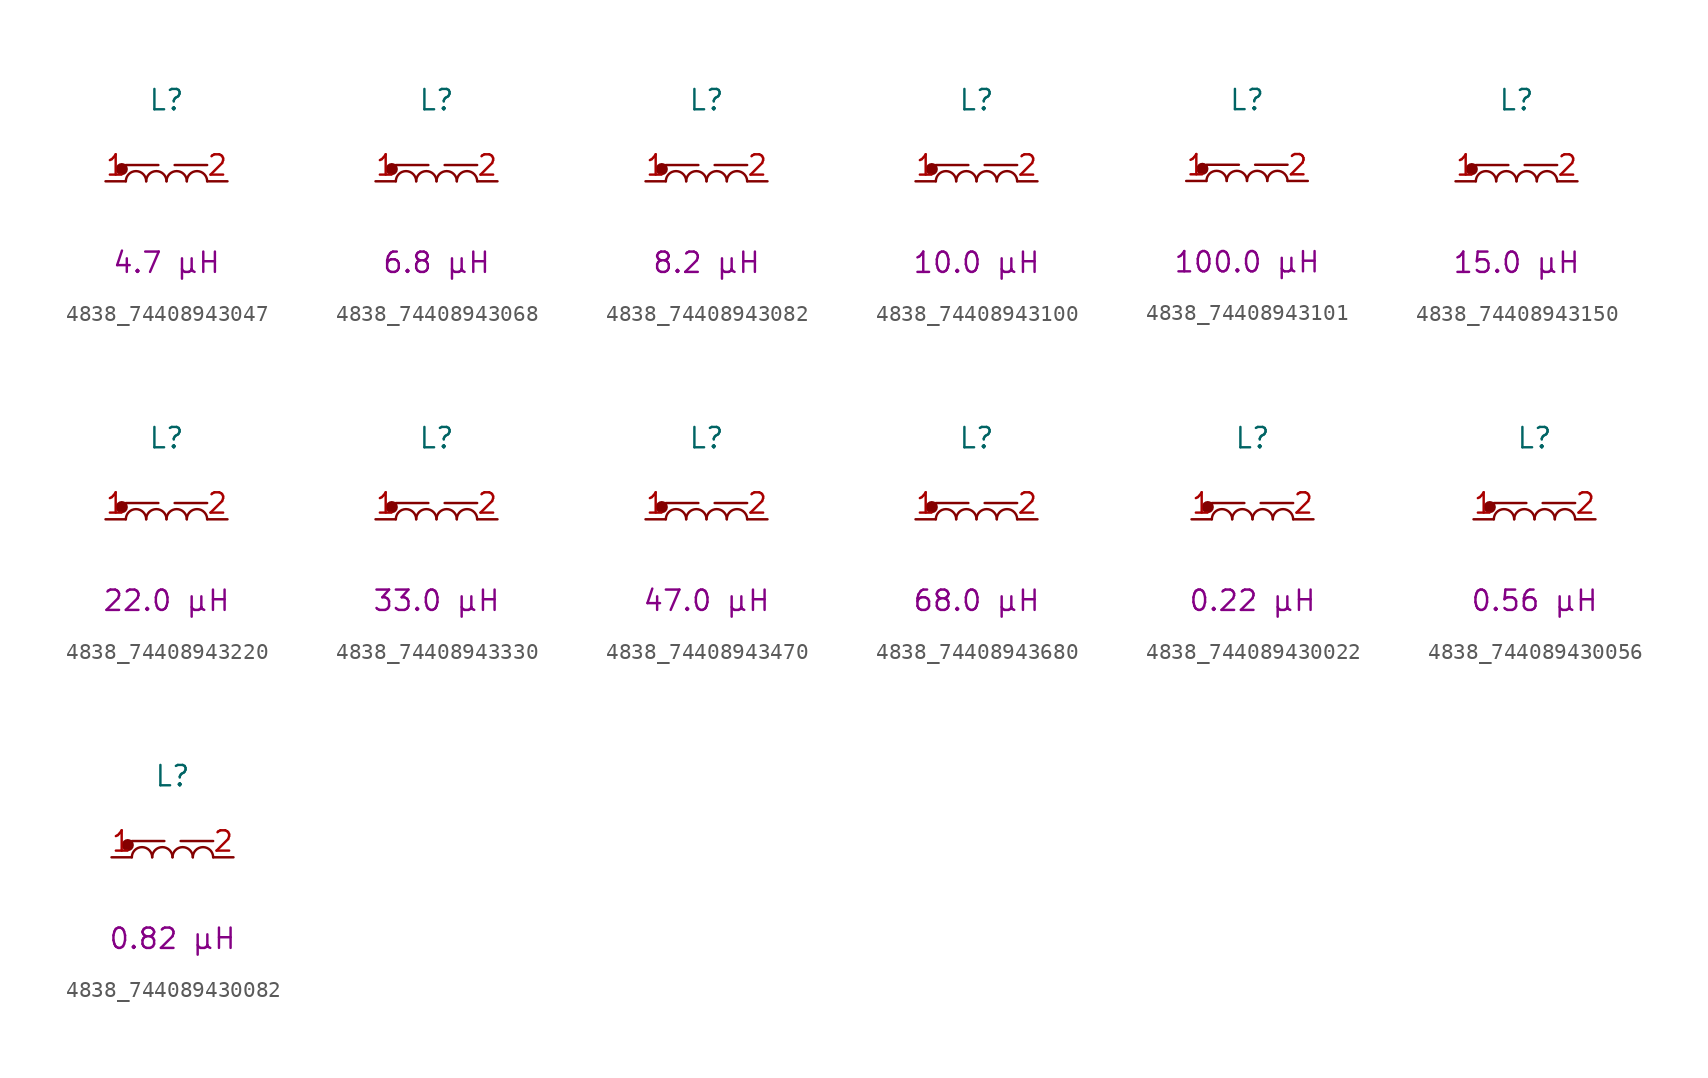
<source format=kicad_sym>
(kicad_symbol_lib
  (version 20220914)
  (generator kicad_symbol_editor)
  (symbol "4838_74408943047"
    (pin_names hide)
    (property "Reference" "L"
      (at 0 5.08 0)
      (effects (font (size 1.27 1.27))))
    (property "Critical Parameter" "4.7 µH"
      (at 0 -5.08 0)
      (effects (font (size 1.27 1.27))))
    (symbol "4838_74408943047_0_1"
      (arc (start -1.27 0) (mid -1.905 0.6323) (end -2.54 0) (stroke (width 0) (type default)) (fill (type none)))
      (arc (start 0 0) (mid -0.635 0.6323) (end -1.27 0) (stroke (width 0) (type default)) (fill (type none)))
      (polyline (pts (xy -2.54 1.016) (xy -0.508 1.016)) (stroke (width 0) (type default)) (fill (type none)))
      (arc (start 1.27 0) (mid 0.635 0.6323) (end 0 0) (stroke (width 0) (type default)) (fill (type none)))
      (arc (start 2.54 0) (mid 1.905 0.6323) (end 1.27 0) (stroke (width 0) (type default)) (fill (type none))))
    (symbol "4838_74408943047_1_1"
      (circle (center -2.794 0.762) (radius 0.0001) (stroke (width 0.381) (type default)) (fill (type none)))
      (polyline (pts (xy 2.54 1.016) (xy 0.508 1.016)) (stroke (width 0) (type default)) (fill (type none)))
      (pin passive line (at -3.81 0 0) (length 1.27) (name "1" (effects (font (size 1.27 1.27)))) (number "1" (effects (font (size 1.27 1.27)))))
      (pin passive line (at 3.81 0 180) (length 1.27) (name "2" (effects (font (size 1.27 1.27)))) (number "2" (effects (font (size 1.27 1.27)))))))
  (symbol "4838_74408943068"
    (pin_names hide)
    (property "Reference" "L"
      (at 0 5.08 0)
      (effects (font (size 1.27 1.27))))
    (property "Critical Parameter" "6.8 µH"
      (at 0 -5.08 0)
      (effects (font (size 1.27 1.27))))
    (symbol "4838_74408943068_0_1"
      (arc (start -1.27 0) (mid -1.905 0.6323) (end -2.54 0) (stroke (width 0) (type default)) (fill (type none)))
      (arc (start 0 0) (mid -0.635 0.6323) (end -1.27 0) (stroke (width 0) (type default)) (fill (type none)))
      (polyline (pts (xy -2.54 1.016) (xy -0.508 1.016)) (stroke (width 0) (type default)) (fill (type none)))
      (arc (start 1.27 0) (mid 0.635 0.6323) (end 0 0) (stroke (width 0) (type default)) (fill (type none)))
      (arc (start 2.54 0) (mid 1.905 0.6323) (end 1.27 0) (stroke (width 0) (type default)) (fill (type none))))
    (symbol "4838_74408943068_1_1"
      (circle (center -2.794 0.762) (radius 0.0001) (stroke (width 0.381) (type default)) (fill (type none)))
      (polyline (pts (xy 2.54 1.016) (xy 0.508 1.016)) (stroke (width 0) (type default)) (fill (type none)))
      (pin passive line (at -3.81 0 0) (length 1.27) (name "1" (effects (font (size 1.27 1.27)))) (number "1" (effects (font (size 1.27 1.27)))))
      (pin passive line (at 3.81 0 180) (length 1.27) (name "2" (effects (font (size 1.27 1.27)))) (number "2" (effects (font (size 1.27 1.27)))))))
  (symbol "4838_74408943082"
    (pin_names hide)
    (property "Reference" "L"
      (at 0 5.08 0)
      (effects (font (size 1.27 1.27))))
    (property "Critical Parameter" "8.2 µH"
      (at 0 -5.08 0)
      (effects (font (size 1.27 1.27))))
    (symbol "4838_74408943082_0_1"
      (arc (start -1.27 0) (mid -1.905 0.6323) (end -2.54 0) (stroke (width 0) (type default)) (fill (type none)))
      (arc (start 0 0) (mid -0.635 0.6323) (end -1.27 0) (stroke (width 0) (type default)) (fill (type none)))
      (polyline (pts (xy -2.54 1.016) (xy -0.508 1.016)) (stroke (width 0) (type default)) (fill (type none)))
      (arc (start 1.27 0) (mid 0.635 0.6323) (end 0 0) (stroke (width 0) (type default)) (fill (type none)))
      (arc (start 2.54 0) (mid 1.905 0.6323) (end 1.27 0) (stroke (width 0) (type default)) (fill (type none))))
    (symbol "4838_74408943082_1_1"
      (circle (center -2.794 0.762) (radius 0.0001) (stroke (width 0.381) (type default)) (fill (type none)))
      (polyline (pts (xy 2.54 1.016) (xy 0.508 1.016)) (stroke (width 0) (type default)) (fill (type none)))
      (pin passive line (at -3.81 0 0) (length 1.27) (name "1" (effects (font (size 1.27 1.27)))) (number "1" (effects (font (size 1.27 1.27)))))
      (pin passive line (at 3.81 0 180) (length 1.27) (name "2" (effects (font (size 1.27 1.27)))) (number "2" (effects (font (size 1.27 1.27)))))))
  (symbol "4838_74408943100"
    (pin_names hide)
    (property "Reference" "L"
      (at 0 5.08 0)
      (effects (font (size 1.27 1.27))))
    (property "Critical Parameter" "10.0 µH"
      (at 0 -5.08 0)
      (effects (font (size 1.27 1.27))))
    (symbol "4838_74408943100_0_1"
      (arc (start -1.27 0) (mid -1.905 0.6323) (end -2.54 0) (stroke (width 0) (type default)) (fill (type none)))
      (arc (start 0 0) (mid -0.635 0.6323) (end -1.27 0) (stroke (width 0) (type default)) (fill (type none)))
      (polyline (pts (xy -2.54 1.016) (xy -0.508 1.016)) (stroke (width 0) (type default)) (fill (type none)))
      (arc (start 1.27 0) (mid 0.635 0.6323) (end 0 0) (stroke (width 0) (type default)) (fill (type none)))
      (arc (start 2.54 0) (mid 1.905 0.6323) (end 1.27 0) (stroke (width 0) (type default)) (fill (type none))))
    (symbol "4838_74408943100_1_1"
      (circle (center -2.794 0.762) (radius 0.0001) (stroke (width 0.381) (type default)) (fill (type none)))
      (polyline (pts (xy 2.54 1.016) (xy 0.508 1.016)) (stroke (width 0) (type default)) (fill (type none)))
      (pin passive line (at -3.81 0 0) (length 1.27) (name "1" (effects (font (size 1.27 1.27)))) (number "1" (effects (font (size 1.27 1.27)))))
      (pin passive line (at 3.81 0 180) (length 1.27) (name "2" (effects (font (size 1.27 1.27)))) (number "2" (effects (font (size 1.27 1.27)))))))
  (symbol "4838_74408943101"
    (pin_names hide)
    (property "Reference" "L"
      (at 0 5.08 0)
      (effects (font (size 1.27 1.27))))
    (property "Critical Parameter" "100.0 µH"
      (at 0 -5.08 0)
      (effects (font (size 1.27 1.27))))
    (symbol "4838_74408943101_0_1"
      (arc (start -1.27 0) (mid -1.905 0.6323) (end -2.54 0) (stroke (width 0) (type default)) (fill (type none)))
      (arc (start 0 0) (mid -0.635 0.6323) (end -1.27 0) (stroke (width 0) (type default)) (fill (type none)))
      (polyline (pts (xy -2.54 1.016) (xy -0.508 1.016)) (stroke (width 0) (type default)) (fill (type none)))
      (arc (start 1.27 0) (mid 0.635 0.6323) (end 0 0) (stroke (width 0) (type default)) (fill (type none)))
      (arc (start 2.54 0) (mid 1.905 0.6323) (end 1.27 0) (stroke (width 0) (type default)) (fill (type none))))
    (symbol "4838_74408943101_1_1"
      (circle (center -2.794 0.762) (radius 0.0001) (stroke (width 0.381) (type default)) (fill (type none)))
      (polyline (pts (xy 2.54 1.016) (xy 0.508 1.016)) (stroke (width 0) (type default)) (fill (type none)))
      (pin passive line (at -3.81 0 0) (length 1.27) (name "1" (effects (font (size 1.27 1.27)))) (number "1" (effects (font (size 1.27 1.27)))))
      (pin passive line (at 3.81 0 180) (length 1.27) (name "2" (effects (font (size 1.27 1.27)))) (number "2" (effects (font (size 1.27 1.27)))))))
  (symbol "4838_74408943150"
    (pin_names hide)
    (property "Reference" "L"
      (at 0 5.08 0)
      (effects (font (size 1.27 1.27))))
    (property "Critical Parameter" "15.0 µH"
      (at 0 -5.08 0)
      (effects (font (size 1.27 1.27))))
    (symbol "4838_74408943150_0_1"
      (arc (start -1.27 0) (mid -1.905 0.6323) (end -2.54 0) (stroke (width 0) (type default)) (fill (type none)))
      (arc (start 0 0) (mid -0.635 0.6323) (end -1.27 0) (stroke (width 0) (type default)) (fill (type none)))
      (polyline (pts (xy -2.54 1.016) (xy -0.508 1.016)) (stroke (width 0) (type default)) (fill (type none)))
      (arc (start 1.27 0) (mid 0.635 0.6323) (end 0 0) (stroke (width 0) (type default)) (fill (type none)))
      (arc (start 2.54 0) (mid 1.905 0.6323) (end 1.27 0) (stroke (width 0) (type default)) (fill (type none))))
    (symbol "4838_74408943150_1_1"
      (circle (center -2.794 0.762) (radius 0.0001) (stroke (width 0.381) (type default)) (fill (type none)))
      (polyline (pts (xy 2.54 1.016) (xy 0.508 1.016)) (stroke (width 0) (type default)) (fill (type none)))
      (pin passive line (at -3.81 0 0) (length 1.27) (name "1" (effects (font (size 1.27 1.27)))) (number "1" (effects (font (size 1.27 1.27)))))
      (pin passive line (at 3.81 0 180) (length 1.27) (name "2" (effects (font (size 1.27 1.27)))) (number "2" (effects (font (size 1.27 1.27)))))))
  (symbol "4838_74408943220"
    (pin_names hide)
    (property "Reference" "L"
      (at 0 5.08 0)
      (effects (font (size 1.27 1.27))))
    (property "Critical Parameter" "22.0 µH"
      (at 0 -5.08 0)
      (effects (font (size 1.27 1.27))))
    (symbol "4838_74408943220_0_1"
      (arc (start -1.27 0) (mid -1.905 0.6323) (end -2.54 0) (stroke (width 0) (type default)) (fill (type none)))
      (arc (start 0 0) (mid -0.635 0.6323) (end -1.27 0) (stroke (width 0) (type default)) (fill (type none)))
      (polyline (pts (xy -2.54 1.016) (xy -0.508 1.016)) (stroke (width 0) (type default)) (fill (type none)))
      (arc (start 1.27 0) (mid 0.635 0.6323) (end 0 0) (stroke (width 0) (type default)) (fill (type none)))
      (arc (start 2.54 0) (mid 1.905 0.6323) (end 1.27 0) (stroke (width 0) (type default)) (fill (type none))))
    (symbol "4838_74408943220_1_1"
      (circle (center -2.794 0.762) (radius 0.0001) (stroke (width 0.381) (type default)) (fill (type none)))
      (polyline (pts (xy 2.54 1.016) (xy 0.508 1.016)) (stroke (width 0) (type default)) (fill (type none)))
      (pin passive line (at -3.81 0 0) (length 1.27) (name "1" (effects (font (size 1.27 1.27)))) (number "1" (effects (font (size 1.27 1.27)))))
      (pin passive line (at 3.81 0 180) (length 1.27) (name "2" (effects (font (size 1.27 1.27)))) (number "2" (effects (font (size 1.27 1.27)))))))
  (symbol "4838_74408943330"
    (pin_names hide)
    (property "Reference" "L"
      (at 0 5.08 0)
      (effects (font (size 1.27 1.27))))
    (property "Critical Parameter" "33.0 µH"
      (at 0 -5.08 0)
      (effects (font (size 1.27 1.27))))
    (symbol "4838_74408943330_0_1"
      (arc (start -1.27 0) (mid -1.905 0.6323) (end -2.54 0) (stroke (width 0) (type default)) (fill (type none)))
      (arc (start 0 0) (mid -0.635 0.6323) (end -1.27 0) (stroke (width 0) (type default)) (fill (type none)))
      (polyline (pts (xy -2.54 1.016) (xy -0.508 1.016)) (stroke (width 0) (type default)) (fill (type none)))
      (arc (start 1.27 0) (mid 0.635 0.6323) (end 0 0) (stroke (width 0) (type default)) (fill (type none)))
      (arc (start 2.54 0) (mid 1.905 0.6323) (end 1.27 0) (stroke (width 0) (type default)) (fill (type none))))
    (symbol "4838_74408943330_1_1"
      (circle (center -2.794 0.762) (radius 0.0001) (stroke (width 0.381) (type default)) (fill (type none)))
      (polyline (pts (xy 2.54 1.016) (xy 0.508 1.016)) (stroke (width 0) (type default)) (fill (type none)))
      (pin passive line (at -3.81 0 0) (length 1.27) (name "1" (effects (font (size 1.27 1.27)))) (number "1" (effects (font (size 1.27 1.27)))))
      (pin passive line (at 3.81 0 180) (length 1.27) (name "2" (effects (font (size 1.27 1.27)))) (number "2" (effects (font (size 1.27 1.27)))))))
  (symbol "4838_74408943470"
    (pin_names hide)
    (property "Reference" "L"
      (at 0 5.08 0)
      (effects (font (size 1.27 1.27))))
    (property "Critical Parameter" "47.0 µH"
      (at 0 -5.08 0)
      (effects (font (size 1.27 1.27))))
    (symbol "4838_74408943470_0_1"
      (arc (start -1.27 0) (mid -1.905 0.6323) (end -2.54 0) (stroke (width 0) (type default)) (fill (type none)))
      (arc (start 0 0) (mid -0.635 0.6323) (end -1.27 0) (stroke (width 0) (type default)) (fill (type none)))
      (polyline (pts (xy -2.54 1.016) (xy -0.508 1.016)) (stroke (width 0) (type default)) (fill (type none)))
      (arc (start 1.27 0) (mid 0.635 0.6323) (end 0 0) (stroke (width 0) (type default)) (fill (type none)))
      (arc (start 2.54 0) (mid 1.905 0.6323) (end 1.27 0) (stroke (width 0) (type default)) (fill (type none))))
    (symbol "4838_74408943470_1_1"
      (circle (center -2.794 0.762) (radius 0.0001) (stroke (width 0.381) (type default)) (fill (type none)))
      (polyline (pts (xy 2.54 1.016) (xy 0.508 1.016)) (stroke (width 0) (type default)) (fill (type none)))
      (pin passive line (at -3.81 0 0) (length 1.27) (name "1" (effects (font (size 1.27 1.27)))) (number "1" (effects (font (size 1.27 1.27)))))
      (pin passive line (at 3.81 0 180) (length 1.27) (name "2" (effects (font (size 1.27 1.27)))) (number "2" (effects (font (size 1.27 1.27)))))))
  (symbol "4838_74408943680"
    (pin_names hide)
    (property "Reference" "L"
      (at 0 5.08 0)
      (effects (font (size 1.27 1.27))))
    (property "Critical Parameter" "68.0 µH"
      (at 0 -5.08 0)
      (effects (font (size 1.27 1.27))))
    (symbol "4838_74408943680_0_1"
      (arc (start -1.27 0) (mid -1.905 0.6323) (end -2.54 0) (stroke (width 0) (type default)) (fill (type none)))
      (arc (start 0 0) (mid -0.635 0.6323) (end -1.27 0) (stroke (width 0) (type default)) (fill (type none)))
      (polyline (pts (xy -2.54 1.016) (xy -0.508 1.016)) (stroke (width 0) (type default)) (fill (type none)))
      (arc (start 1.27 0) (mid 0.635 0.6323) (end 0 0) (stroke (width 0) (type default)) (fill (type none)))
      (arc (start 2.54 0) (mid 1.905 0.6323) (end 1.27 0) (stroke (width 0) (type default)) (fill (type none))))
    (symbol "4838_74408943680_1_1"
      (circle (center -2.794 0.762) (radius 0.0001) (stroke (width 0.381) (type default)) (fill (type none)))
      (polyline (pts (xy 2.54 1.016) (xy 0.508 1.016)) (stroke (width 0) (type default)) (fill (type none)))
      (pin passive line (at -3.81 0 0) (length 1.27) (name "1" (effects (font (size 1.27 1.27)))) (number "1" (effects (font (size 1.27 1.27)))))
      (pin passive line (at 3.81 0 180) (length 1.27) (name "2" (effects (font (size 1.27 1.27)))) (number "2" (effects (font (size 1.27 1.27)))))))
  (symbol "4838_744089430022"
    (pin_names hide)
    (property "Reference" "L"
      (at 0 5.08 0)
      (effects (font (size 1.27 1.27))))
    (property "Critical Parameter" "0.22 µH"
      (at 0 -5.08 0)
      (effects (font (size 1.27 1.27))))
    (symbol "4838_744089430022_0_1"
      (arc (start -1.27 0) (mid -1.905 0.6323) (end -2.54 0) (stroke (width 0) (type default)) (fill (type none)))
      (arc (start 0 0) (mid -0.635 0.6323) (end -1.27 0) (stroke (width 0) (type default)) (fill (type none)))
      (polyline (pts (xy -2.54 1.016) (xy -0.508 1.016)) (stroke (width 0) (type default)) (fill (type none)))
      (arc (start 1.27 0) (mid 0.635 0.6323) (end 0 0) (stroke (width 0) (type default)) (fill (type none)))
      (arc (start 2.54 0) (mid 1.905 0.6323) (end 1.27 0) (stroke (width 0) (type default)) (fill (type none))))
    (symbol "4838_744089430022_1_1"
      (circle (center -2.794 0.762) (radius 0.0001) (stroke (width 0.381) (type default)) (fill (type none)))
      (polyline (pts (xy 2.54 1.016) (xy 0.508 1.016)) (stroke (width 0) (type default)) (fill (type none)))
      (pin passive line (at -3.81 0 0) (length 1.27) (name "1" (effects (font (size 1.27 1.27)))) (number "1" (effects (font (size 1.27 1.27)))))
      (pin passive line (at 3.81 0 180) (length 1.27) (name "2" (effects (font (size 1.27 1.27)))) (number "2" (effects (font (size 1.27 1.27)))))))
  (symbol "4838_744089430056"
    (pin_names hide)
    (property "Reference" "L"
      (at 0 5.08 0)
      (effects (font (size 1.27 1.27))))
    (property "Critical Parameter" "0.56 µH"
      (at 0 -5.08 0)
      (effects (font (size 1.27 1.27))))
    (symbol "4838_744089430056_0_1"
      (arc (start -1.27 0) (mid -1.905 0.6323) (end -2.54 0) (stroke (width 0) (type default)) (fill (type none)))
      (arc (start 0 0) (mid -0.635 0.6323) (end -1.27 0) (stroke (width 0) (type default)) (fill (type none)))
      (polyline (pts (xy -2.54 1.016) (xy -0.508 1.016)) (stroke (width 0) (type default)) (fill (type none)))
      (arc (start 1.27 0) (mid 0.635 0.6323) (end 0 0) (stroke (width 0) (type default)) (fill (type none)))
      (arc (start 2.54 0) (mid 1.905 0.6323) (end 1.27 0) (stroke (width 0) (type default)) (fill (type none))))
    (symbol "4838_744089430056_1_1"
      (circle (center -2.794 0.762) (radius 0.0001) (stroke (width 0.381) (type default)) (fill (type none)))
      (polyline (pts (xy 2.54 1.016) (xy 0.508 1.016)) (stroke (width 0) (type default)) (fill (type none)))
      (pin passive line (at -3.81 0 0) (length 1.27) (name "1" (effects (font (size 1.27 1.27)))) (number "1" (effects (font (size 1.27 1.27)))))
      (pin passive line (at 3.81 0 180) (length 1.27) (name "2" (effects (font (size 1.27 1.27)))) (number "2" (effects (font (size 1.27 1.27)))))))
  (symbol "4838_744089430082"
    (pin_names hide)
    (property "Reference" "L"
      (at 0 5.08 0)
      (effects (font (size 1.27 1.27))))
    (property "Critical Parameter" "0.82 µH"
      (at 0 -5.08 0)
      (effects (font (size 1.27 1.27))))
    (symbol "4838_744089430082_0_1"
      (arc (start -1.27 0) (mid -1.905 0.6323) (end -2.54 0) (stroke (width 0) (type default)) (fill (type none)))
      (arc (start 0 0) (mid -0.635 0.6323) (end -1.27 0) (stroke (width 0) (type default)) (fill (type none)))
      (polyline (pts (xy -2.54 1.016) (xy -0.508 1.016)) (stroke (width 0) (type default)) (fill (type none)))
      (arc (start 1.27 0) (mid 0.635 0.6323) (end 0 0) (stroke (width 0) (type default)) (fill (type none)))
      (arc (start 2.54 0) (mid 1.905 0.6323) (end 1.27 0) (stroke (width 0) (type default)) (fill (type none))))
    (symbol "4838_744089430082_1_1"
      (circle (center -2.794 0.762) (radius 0.0001) (stroke (width 0.381) (type default)) (fill (type none)))
      (polyline (pts (xy 2.54 1.016) (xy 0.508 1.016)) (stroke (width 0) (type default)) (fill (type none)))
      (pin passive line (at -3.81 0 0) (length 1.27) (name "1" (effects (font (size 1.27 1.27)))) (number "1" (effects (font (size 1.27 1.27)))))
      (pin passive line (at 3.81 0 180) (length 1.27) (name "2" (effects (font (size 1.27 1.27)))) (number "2" (effects (font (size 1.27 1.27))))))))
</source>
